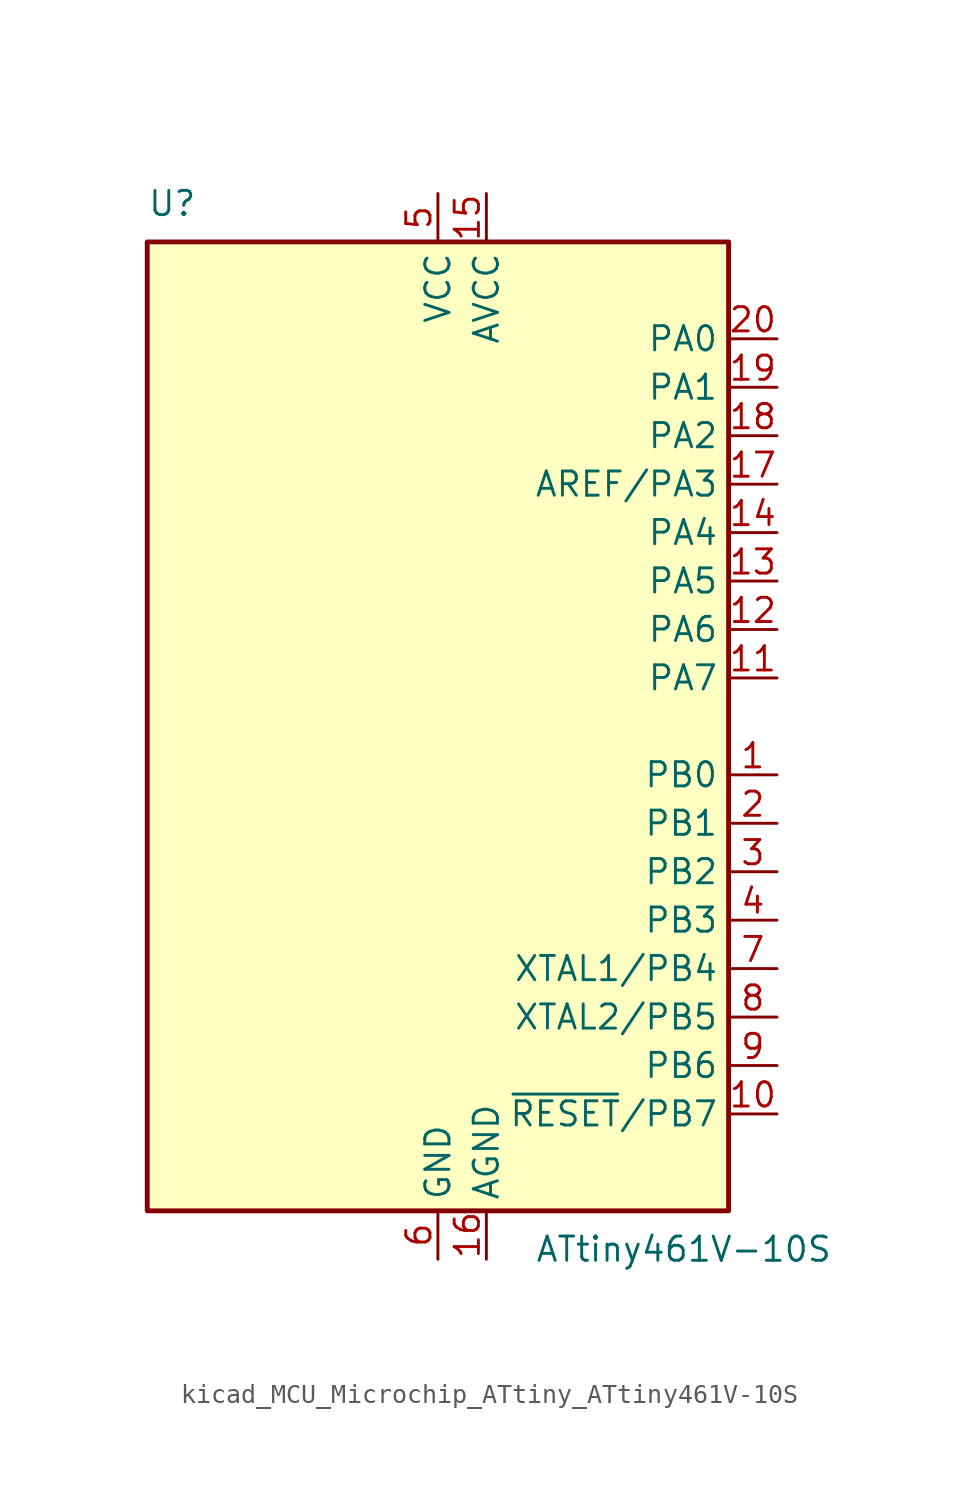
<source format=kicad_sym>
(kicad_symbol_lib
  (version 20220914)
  (generator kicad_symbol_editor)
  (symbol "kicad_MCU_Microchip_ATtiny_ATtiny461V-10S"
    (property "Reference" "U"
      (at -15.24 26.67 0)
      (effects (font (size 1.27 1.27)) (justify left bottom)))
    (property "Value" "ATtiny461V-10S"
      (at 5.08 -26.67 0)
      (effects (font (size 1.27 1.27)) (justify left top)))
    (symbol "kicad_MCU_Microchip_ATtiny_ATtiny461V-10S_0_1"
      (rectangle (start -15.24 -25.4) (end 15.24 25.4) (stroke (width 0.254) (type default)) (fill (type background))))
    (symbol "kicad_MCU_Microchip_ATtiny_ATtiny461V-10S_1_1"
      (pin bidirectional line (at 17.78 -2.54 180) (length 2.54) (name "PB0" (effects (font (size 1.27 1.27)))) (number "1" (effects (font (size 1.27 1.27)))))
      (pin bidirectional line (at 17.78 -20.32 180) (length 2.54) (name "~{RESET}/PB7" (effects (font (size 1.27 1.27)))) (number "10" (effects (font (size 1.27 1.27)))))
      (pin bidirectional line (at 17.78 2.54 180) (length 2.54) (name "PA7" (effects (font (size 1.27 1.27)))) (number "11" (effects (font (size 1.27 1.27)))))
      (pin bidirectional line (at 17.78 5.08 180) (length 2.54) (name "PA6" (effects (font (size 1.27 1.27)))) (number "12" (effects (font (size 1.27 1.27)))))
      (pin bidirectional line (at 17.78 7.62 180) (length 2.54) (name "PA5" (effects (font (size 1.27 1.27)))) (number "13" (effects (font (size 1.27 1.27)))))
      (pin bidirectional line (at 17.78 10.16 180) (length 2.54) (name "PA4" (effects (font (size 1.27 1.27)))) (number "14" (effects (font (size 1.27 1.27)))))
      (pin power_in line (at 2.54 27.94 270) (length 2.54) (name "AVCC" (effects (font (size 1.27 1.27)))) (number "15" (effects (font (size 1.27 1.27)))))
      (pin power_in line (at 2.54 -27.94 90) (length 2.54) (name "AGND" (effects (font (size 1.27 1.27)))) (number "16" (effects (font (size 1.27 1.27)))))
      (pin bidirectional line (at 17.78 12.7 180) (length 2.54) (name "AREF/PA3" (effects (font (size 1.27 1.27)))) (number "17" (effects (font (size 1.27 1.27)))))
      (pin bidirectional line (at 17.78 15.24 180) (length 2.54) (name "PA2" (effects (font (size 1.27 1.27)))) (number "18" (effects (font (size 1.27 1.27)))))
      (pin bidirectional line (at 17.78 17.78 180) (length 2.54) (name "PA1" (effects (font (size 1.27 1.27)))) (number "19" (effects (font (size 1.27 1.27)))))
      (pin bidirectional line (at 17.78 -5.08 180) (length 2.54) (name "PB1" (effects (font (size 1.27 1.27)))) (number "2" (effects (font (size 1.27 1.27)))))
      (pin bidirectional line (at 17.78 20.32 180) (length 2.54) (name "PA0" (effects (font (size 1.27 1.27)))) (number "20" (effects (font (size 1.27 1.27)))))
      (pin bidirectional line (at 17.78 -7.62 180) (length 2.54) (name "PB2" (effects (font (size 1.27 1.27)))) (number "3" (effects (font (size 1.27 1.27)))))
      (pin bidirectional line (at 17.78 -10.16 180) (length 2.54) (name "PB3" (effects (font (size 1.27 1.27)))) (number "4" (effects (font (size 1.27 1.27)))))
      (pin power_in line (at 0 27.94 270) (length 2.54) (name "VCC" (effects (font (size 1.27 1.27)))) (number "5" (effects (font (size 1.27 1.27)))))
      (pin power_in line (at 0 -27.94 90) (length 2.54) (name "GND" (effects (font (size 1.27 1.27)))) (number "6" (effects (font (size 1.27 1.27)))))
      (pin bidirectional line (at 17.78 -12.7 180) (length 2.54) (name "XTAL1/PB4" (effects (font (size 1.27 1.27)))) (number "7" (effects (font (size 1.27 1.27)))))
      (pin bidirectional line (at 17.78 -15.24 180) (length 2.54) (name "XTAL2/PB5" (effects (font (size 1.27 1.27)))) (number "8" (effects (font (size 1.27 1.27)))))
      (pin bidirectional line (at 17.78 -17.78 180) (length 2.54) (name "PB6" (effects (font (size 1.27 1.27)))) (number "9" (effects (font (size 1.27 1.27))))))))
</source>
